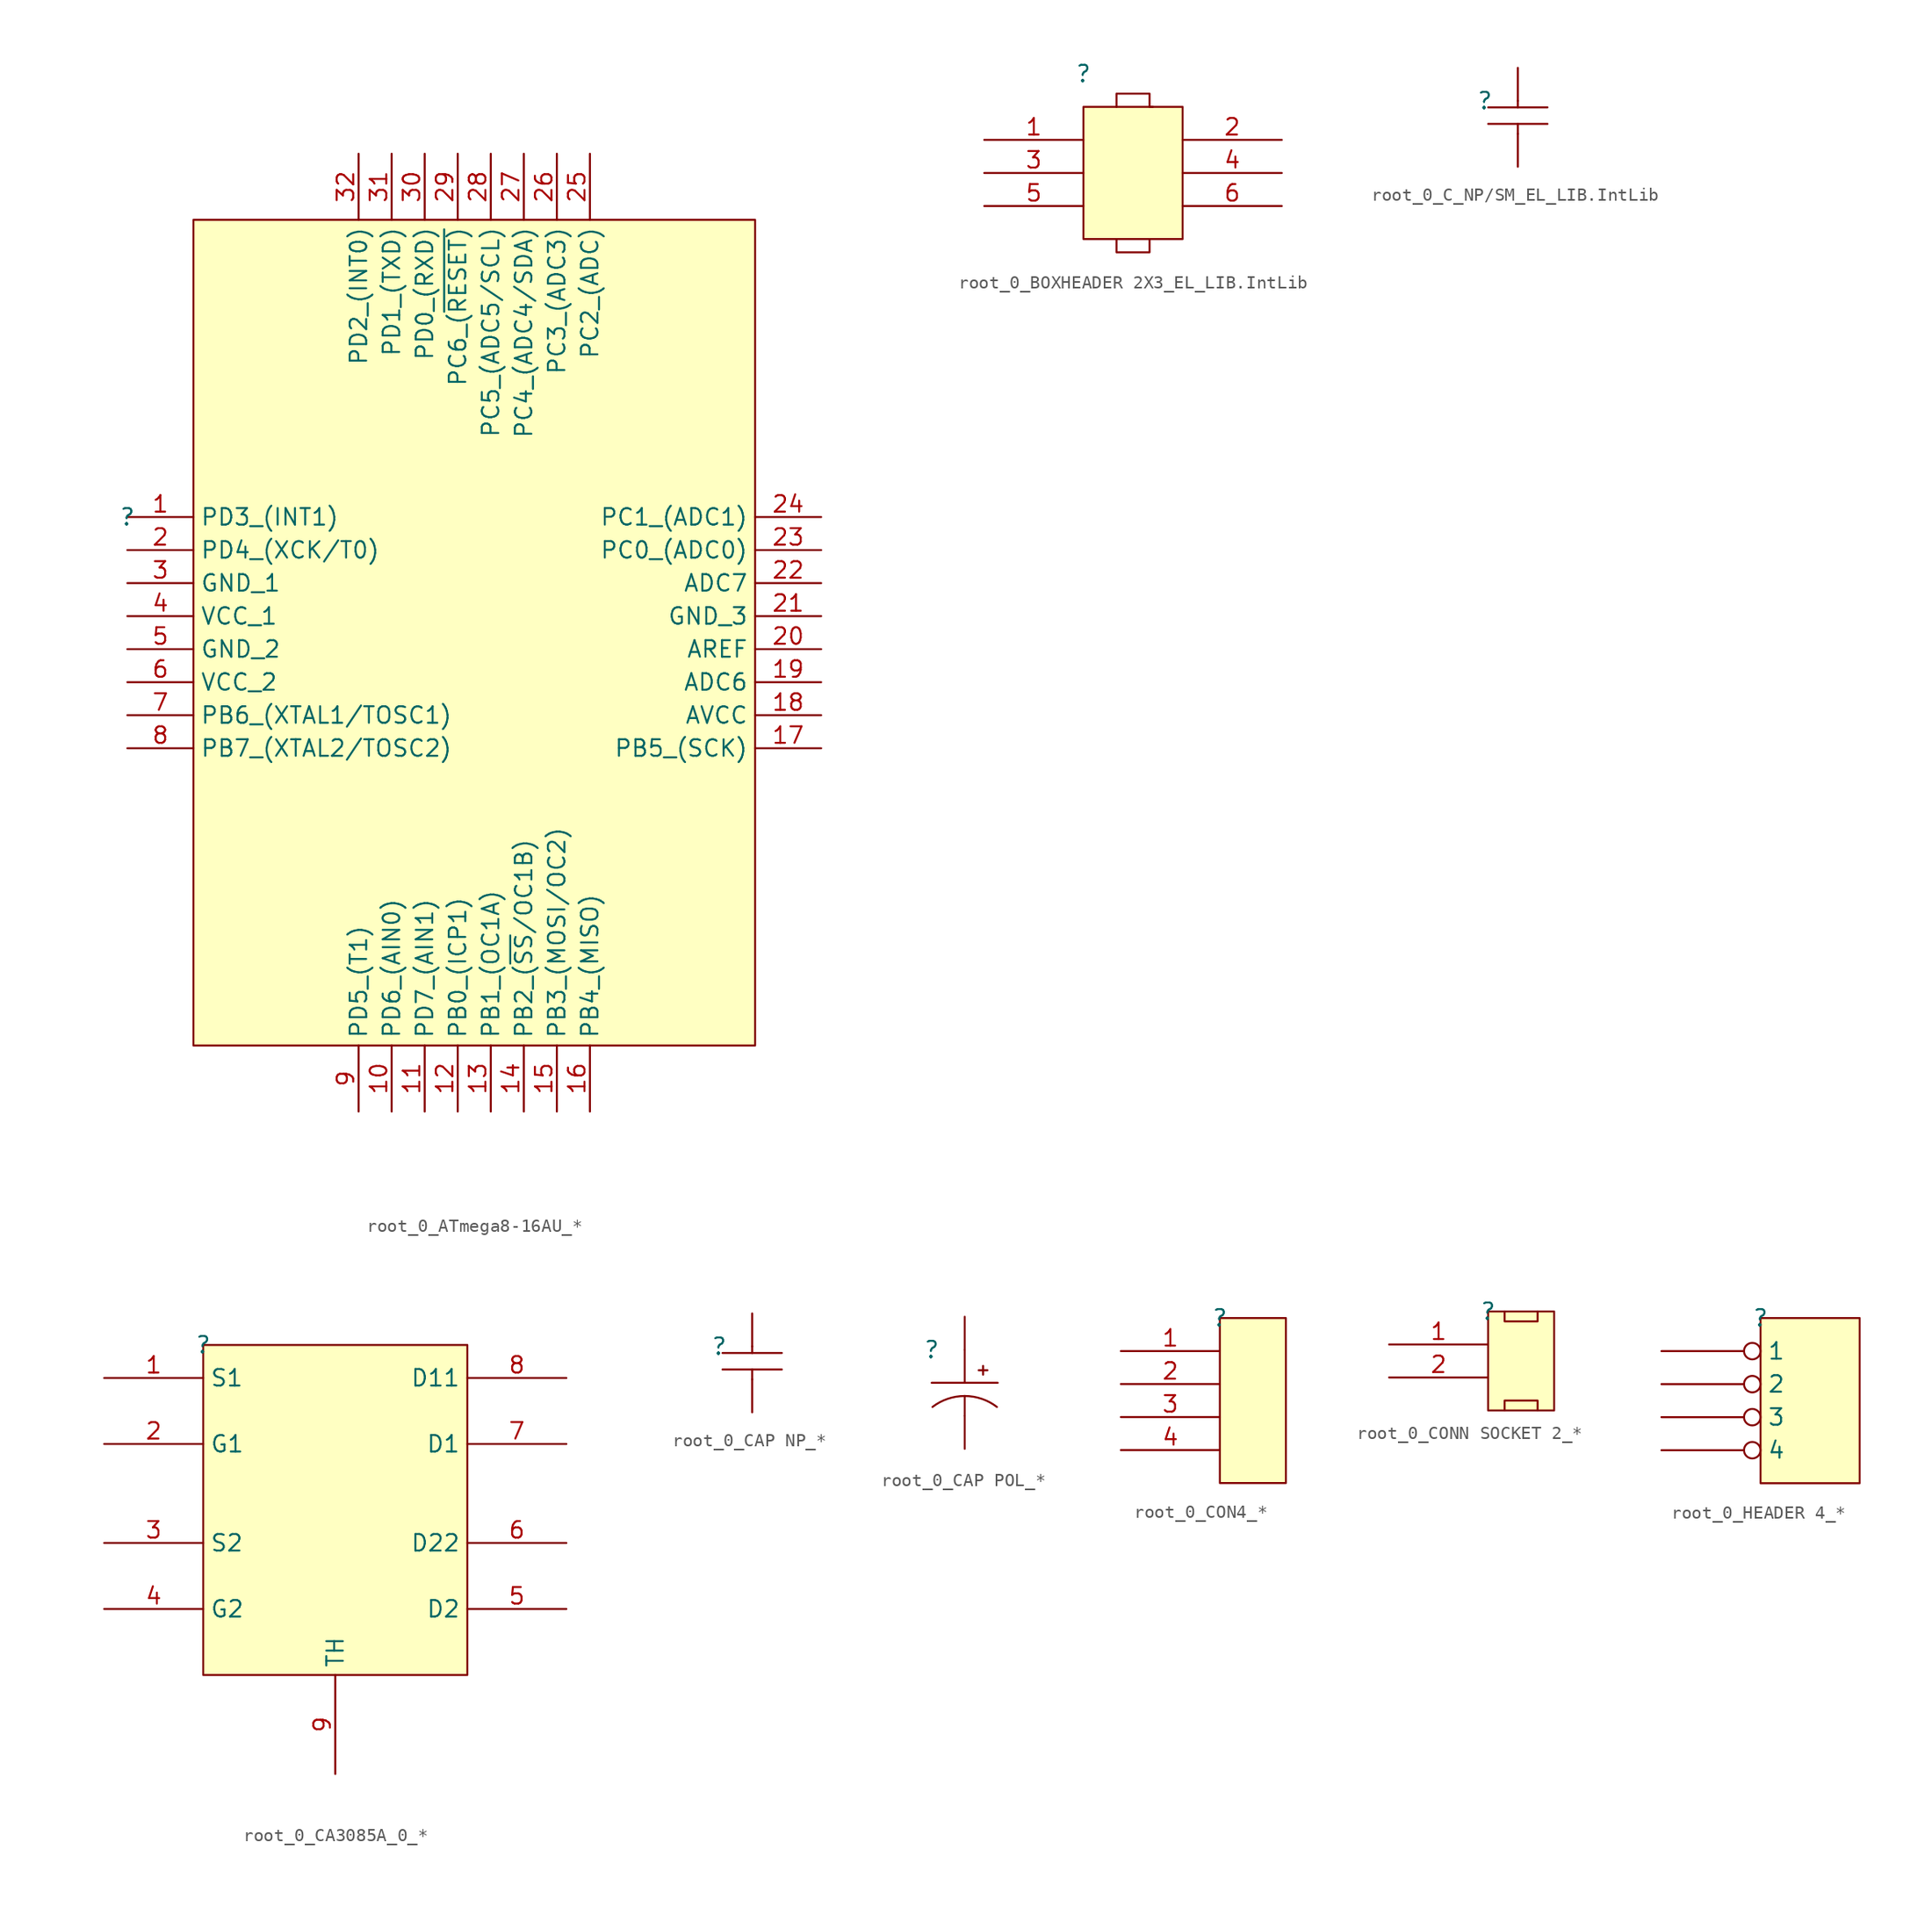
<source format=kicad_sym>
(kicad_symbol_lib
  (version 20241209)
  (generator "kicad_symbol_editor")
  (generator_version "9.0")
  (symbol "root_0_ATmega8-16AU_*"
    (property "Reference" ""
      (at 0 0 0)
      (effects (font (size 1.27 1.27))))
    (property "Value" ""
      (at 0 0 0)
      (effects (font (size 1.27 1.27))))
    (symbol "root_0_ATmega8-16AU_*_1_0"
      (rectangle (start 48.26 22.86) (end 5.08 -40.64) (stroke (width 0) (type solid) (color 128 0 0 1)) (fill (type background)))
      (pin passive line (at 0 0 0) (length 5.08) (name "PD3_(INT1)" (effects (font (size 1.27 1.27)))) (number "1" (effects (font (size 1.27 1.27)))))
      (pin passive line (at 0 -2.54 0) (length 5.08) (name "PD4_(XCK/T0)" (effects (font (size 1.27 1.27)))) (number "2" (effects (font (size 1.27 1.27)))))
      (pin passive line (at 0 -5.08 0) (length 5.08) (name "GND_1" (effects (font (size 1.27 1.27)))) (number "3" (effects (font (size 1.27 1.27)))))
      (pin passive line (at 0 -7.62 0) (length 5.08) (name "VCC_1" (effects (font (size 1.27 1.27)))) (number "4" (effects (font (size 1.27 1.27)))))
      (pin passive line (at 0 -10.16 0) (length 5.08) (name "GND_2" (effects (font (size 1.27 1.27)))) (number "5" (effects (font (size 1.27 1.27)))))
      (pin passive line (at 0 -12.7 0) (length 5.08) (name "VCC_2" (effects (font (size 1.27 1.27)))) (number "6" (effects (font (size 1.27 1.27)))))
      (pin passive line (at 0 -15.24 0) (length 5.08) (name "PB6_(XTAL1/TOSC1)" (effects (font (size 1.27 1.27)))) (number "7" (effects (font (size 1.27 1.27)))))
      (pin passive line (at 0 -17.78 0) (length 5.08) (name "PB7_(XTAL2/TOSC2)" (effects (font (size 1.27 1.27)))) (number "8" (effects (font (size 1.27 1.27)))))
      (pin passive line (at 17.78 27.94 270) (length 5.08) (name "PD2_(INT0)" (effects (font (size 1.27 1.27)))) (number "32" (effects (font (size 1.27 1.27)))))
      (pin passive line (at 17.78 -45.72 90) (length 5.08) (name "PD5_(T1)" (effects (font (size 1.27 1.27)))) (number "9" (effects (font (size 1.27 1.27)))))
      (pin passive line (at 20.32 27.94 270) (length 5.08) (name "PD1_(TXD)" (effects (font (size 1.27 1.27)))) (number "31" (effects (font (size 1.27 1.27)))))
      (pin passive line (at 20.32 -45.72 90) (length 5.08) (name "PD6_(AIN0)" (effects (font (size 1.27 1.27)))) (number "10" (effects (font (size 1.27 1.27)))))
      (pin passive line (at 22.86 27.94 270) (length 5.08) (name "PD0_(RXD)" (effects (font (size 1.27 1.27)))) (number "30" (effects (font (size 1.27 1.27)))))
      (pin passive line (at 22.86 -45.72 90) (length 5.08) (name "PD7_(AIN1)" (effects (font (size 1.27 1.27)))) (number "11" (effects (font (size 1.27 1.27)))))
      (pin passive line (at 25.4 27.94 270) (length 5.08) (name "PC6_(~{RESET)}" (effects (font (size 1.27 1.27)))) (number "29" (effects (font (size 1.27 1.27)))))
      (pin passive line (at 25.4 -45.72 90) (length 5.08) (name "PB0_(ICP1)" (effects (font (size 1.27 1.27)))) (number "12" (effects (font (size 1.27 1.27)))))
      (pin passive line (at 27.94 27.94 270) (length 5.08) (name "PC5_(ADC5/SCL)" (effects (font (size 1.27 1.27)))) (number "28" (effects (font (size 1.27 1.27)))))
      (pin passive line (at 27.94 -45.72 90) (length 5.08) (name "PB1_(OC1A)" (effects (font (size 1.27 1.27)))) (number "13" (effects (font (size 1.27 1.27)))))
      (pin passive line (at 30.48 27.94 270) (length 5.08) (name "PC4_(ADC4/SDA)" (effects (font (size 1.27 1.27)))) (number "27" (effects (font (size 1.27 1.27)))))
      (pin passive line (at 30.48 -45.72 90) (length 5.08) (name "PB2_(~{SS}/OC1B)" (effects (font (size 1.27 1.27)))) (number "14" (effects (font (size 1.27 1.27)))))
      (pin passive line (at 33.02 27.94 270) (length 5.08) (name "PC3_(ADC3)" (effects (font (size 1.27 1.27)))) (number "26" (effects (font (size 1.27 1.27)))))
      (pin passive line (at 33.02 -45.72 90) (length 5.08) (name "PB3_(MOSI/OC2)" (effects (font (size 1.27 1.27)))) (number "15" (effects (font (size 1.27 1.27)))))
      (pin passive line (at 35.56 27.94 270) (length 5.08) (name "PC2_(ADC)" (effects (font (size 1.27 1.27)))) (number "25" (effects (font (size 1.27 1.27)))))
      (pin passive line (at 35.56 -45.72 90) (length 5.08) (name "PB4_(MISO)" (effects (font (size 1.27 1.27)))) (number "16" (effects (font (size 1.27 1.27)))))
      (pin passive line (at 53.34 0 180) (length 5.08) (name "PC1_(ADC1)" (effects (font (size 1.27 1.27)))) (number "24" (effects (font (size 1.27 1.27)))))
      (pin passive line (at 53.34 -2.54 180) (length 5.08) (name "PC0_(ADC0)" (effects (font (size 1.27 1.27)))) (number "23" (effects (font (size 1.27 1.27)))))
      (pin passive line (at 53.34 -5.08 180) (length 5.08) (name "ADC7" (effects (font (size 1.27 1.27)))) (number "22" (effects (font (size 1.27 1.27)))))
      (pin passive line (at 53.34 -7.62 180) (length 5.08) (name "GND_3" (effects (font (size 1.27 1.27)))) (number "21" (effects (font (size 1.27 1.27)))))
      (pin passive line (at 53.34 -10.16 180) (length 5.08) (name "AREF" (effects (font (size 1.27 1.27)))) (number "20" (effects (font (size 1.27 1.27)))))
      (pin passive line (at 53.34 -12.7 180) (length 5.08) (name "ADC6" (effects (font (size 1.27 1.27)))) (number "19" (effects (font (size 1.27 1.27)))))
      (pin passive line (at 53.34 -15.24 180) (length 5.08) (name "AVCC" (effects (font (size 1.27 1.27)))) (number "18" (effects (font (size 1.27 1.27)))))
      (pin passive line (at 53.34 -17.78 180) (length 5.08) (name "PB5_(SCK)" (effects (font (size 1.27 1.27)))) (number "17" (effects (font (size 1.27 1.27)))))))
  (symbol "root_0_BOXHEADER 2X3_EL_LIB.IntLib"
    (pin_names
      (hide yes))
    (property "Reference" ""
      (at 0 0 0)
      (effects (font (size 1.27 1.27))))
    (property "Value" ""
      (at 0 0 0)
      (effects (font (size 1.27 1.27))))
    (symbol "root_0_BOXHEADER 2X3_EL_LIB.IntLib_1_0"
      (polyline (pts (xy 2.54 -12.7) (xy 2.54 -12.7) (xy 2.54 -13.716) (xy 5.08 -13.716) (xy 5.08 -12.7)) (stroke (width 0) (type solid)) (fill (type none)))
      (polyline (pts (xy 5.334 -2.54) (xy 5.08 -2.54) (xy 5.08 -1.524) (xy 2.54 -1.524) (xy 2.54 -2.54)) (stroke (width 0) (type solid)) (fill (type none)))
      (rectangle (start 7.62 -2.54) (end 0 -12.7) (stroke (width 0) (type solid) (color 128 0 0 1)) (fill (type background)))
      (pin passive line (at -7.62 -5.08 0) (length 7.62) (name "1" (effects (font (size 1.27 1.27)))) (number "1" (effects (font (size 1.27 1.27)))))
      (pin passive line (at -7.62 -7.62 0) (length 7.62) (name "3" (effects (font (size 1.27 1.27)))) (number "3" (effects (font (size 1.27 1.27)))))
      (pin passive line (at -7.62 -10.16 0) (length 7.62) (name "5" (effects (font (size 1.27 1.27)))) (number "5" (effects (font (size 1.27 1.27)))))
      (pin passive line (at 15.24 -5.08 180) (length 7.62) (name "2" (effects (font (size 1.27 1.27)))) (number "2" (effects (font (size 1.27 1.27)))))
      (pin passive line (at 15.24 -7.62 180) (length 7.62) (name "4" (effects (font (size 1.27 1.27)))) (number "4" (effects (font (size 1.27 1.27)))))
      (pin passive line (at 15.24 -10.16 180) (length 7.62) (name "6" (effects (font (size 1.27 1.27)))) (number "6" (effects (font (size 1.27 1.27)))))))
  (symbol "root_0_C_NP/SM_EL_LIB.IntLib"
    (pin_numbers
      (hide yes))
    (pin_names
      (hide yes))
    (property "Reference" ""
      (at 0 0 0)
      (effects (font (size 1.27 1.27))))
    (property "Value" ""
      (at 0 0 0)
      (effects (font (size 1.27 1.27))))
    (symbol "root_0_C_NP/SM_EL_LIB.IntLib_1_0"
      (polyline (pts (xy 0.254 -0.508) (xy 4.826 -0.508)) (stroke (width 0) (type solid)) (fill (type none)))
      (polyline (pts (xy 0.254 -1.778) (xy 4.826 -1.778)) (stroke (width 0) (type solid)) (fill (type none)))
      (polyline (pts (xy 2.54 0) (xy 2.54 -0.508)) (stroke (width 0) (type solid)) (fill (type none)))
      (polyline (pts (xy 2.54 -2.54) (xy 2.54 -1.778)) (stroke (width 0) (type solid)) (fill (type none)))
      (pin passive line (at 2.54 2.54 270) (length 2.54) (name "1" (effects (font (size 1.27 1.27)))) (number "1" (effects (font (size 1.27 1.27)))))
      (pin passive line (at 2.54 -5.08 90) (length 2.54) (name "2" (effects (font (size 1.27 1.27)))) (number "2" (effects (font (size 1.27 1.27)))))))
  (symbol "root_0_CA3085A_0_*"
    (property "Reference" ""
      (at 0 0 0)
      (effects (font (size 1.27 1.27))))
    (property "Value" ""
      (at 0 0 0)
      (effects (font (size 1.27 1.27))))
    (symbol "root_0_CA3085A_0_*_1_0"
      (rectangle (start 20.32 0) (end 0 -25.4) (stroke (width 0) (type solid) (color 128 0 0 1)) (fill (type background)))
      (pin passive line (at -7.62 -2.54 0) (length 7.62) (name "S1" (effects (font (size 1.27 1.27)))) (number "1" (effects (font (size 1.27 1.27)))))
      (pin passive line (at -7.62 -7.62 0) (length 7.62) (name "G1" (effects (font (size 1.27 1.27)))) (number "2" (effects (font (size 1.27 1.27)))))
      (pin passive line (at -7.62 -15.24 0) (length 7.62) (name "S2" (effects (font (size 1.27 1.27)))) (number "3" (effects (font (size 1.27 1.27)))))
      (pin passive line (at -7.62 -20.32 0) (length 7.62) (name "G2" (effects (font (size 1.27 1.27)))) (number "4" (effects (font (size 1.27 1.27)))))
      (pin passive line (at 10.16 -33.02 90) (length 7.62) (name "TH" (effects (font (size 1.27 1.27)))) (number "9" (effects (font (size 1.27 1.27)))))
      (pin passive line (at 27.94 -2.54 180) (length 7.62) (name "D11" (effects (font (size 1.27 1.27)))) (number "8" (effects (font (size 1.27 1.27)))))
      (pin passive line (at 27.94 -7.62 180) (length 7.62) (name "D1" (effects (font (size 1.27 1.27)))) (number "7" (effects (font (size 1.27 1.27)))))
      (pin passive line (at 27.94 -15.24 180) (length 7.62) (name "D22" (effects (font (size 1.27 1.27)))) (number "6" (effects (font (size 1.27 1.27)))))
      (pin passive line (at 27.94 -20.32 180) (length 7.62) (name "D2" (effects (font (size 1.27 1.27)))) (number "5" (effects (font (size 1.27 1.27)))))))
  (symbol "root_0_CAP NP_*"
    (pin_numbers
      (hide yes))
    (pin_names
      (hide yes))
    (property "Reference" ""
      (at 0 0 0)
      (effects (font (size 1.27 1.27))))
    (property "Value" ""
      (at 0 0 0)
      (effects (font (size 1.27 1.27))))
    (symbol "root_0_CAP NP_*_1_0"
      (polyline (pts (xy 0.254 -0.508) (xy 4.826 -0.508)) (stroke (width 0) (type solid)) (fill (type none)))
      (polyline (pts (xy 0.254 -1.778) (xy 4.826 -1.778)) (stroke (width 0) (type solid)) (fill (type none)))
      (polyline (pts (xy 2.54 0) (xy 2.54 -0.508)) (stroke (width 0) (type solid)) (fill (type none)))
      (polyline (pts (xy 2.54 -2.54) (xy 2.54 -1.778)) (stroke (width 0) (type solid)) (fill (type none)))
      (pin passive line (at 2.54 2.54 270) (length 2.54) (name "1" (effects (font (size 1.27 1.27)))) (number "1" (effects (font (size 1.27 1.27)))))
      (pin passive line (at 2.54 -5.08 90) (length 2.54) (name "2" (effects (font (size 1.27 1.27)))) (number "2" (effects (font (size 1.27 1.27)))))))
  (symbol "root_0_CAP POL_*"
    (pin_numbers
      (hide yes))
    (pin_names
      (hide yes))
    (property "Reference" ""
      (at 0 0 0)
      (effects (font (size 1.27 1.27))))
    (property "Value" ""
      (at 0 0 0)
      (effects (font (size 1.27 1.27))))
    (symbol "root_0_CAP POL_*_1_0"
      (polyline (pts (xy 0 -2.54) (xy 5.08 -2.54)) (stroke (width 0) (type solid)) (fill (type none)))
      (polyline (pts (xy 2.54 0) (xy 2.54 -2.54)) (stroke (width 0) (type solid)) (fill (type none)))
      (polyline (pts (xy 2.54 -3.556) (xy 2.54 -5.08)) (stroke (width 0) (type solid)) (fill (type none)))
      (arc (start 0.0621 -4.3988) (mid 1.2313 -3.7725) (end 2.54 -3.556) (stroke (width 0) (type solid)) (fill (type none)))
      (arc (start 2.54 -3.556) (mid 3.8487 -3.7725) (end 5.0179 -4.3988) (stroke (width 0) (type solid)) (fill (type none)))
      (text "+" (at 3.302 -2.032 0) (effects (font (size 0.889 0.889)) (justify left bottom)))
      (pin passive line (at 2.54 2.54 270) (length 2.54) (name "1" (effects (font (size 1.27 1.27)))) (number "1" (effects (font (size 1.27 1.27)))))
      (pin passive line (at 2.54 -7.62 90) (length 2.54) (name "2" (effects (font (size 1.27 1.27)))) (number "2" (effects (font (size 1.27 1.27)))))))
  (symbol "root_0_CON4_*"
    (pin_names
      (hide yes))
    (property "Reference" ""
      (at 0 0 0)
      (effects (font (size 1.27 1.27))))
    (property "Value" ""
      (at 0 0 0)
      (effects (font (size 1.27 1.27))))
    (symbol "root_0_CON4_*_1_0"
      (rectangle (start 5.08 0) (end 0 -12.7) (stroke (width 0) (type solid) (color 128 0 0 1)) (fill (type background)))
      (pin passive line (at -7.62 -2.54 0) (length 7.62) (name "1" (effects (font (size 1.27 1.27)))) (number "1" (effects (font (size 1.27 1.27)))))
      (pin passive line (at -7.62 -5.08 0) (length 7.62) (name "2" (effects (font (size 1.27 1.27)))) (number "2" (effects (font (size 1.27 1.27)))))
      (pin passive line (at -7.62 -7.62 0) (length 7.62) (name "3" (effects (font (size 1.27 1.27)))) (number "3" (effects (font (size 1.27 1.27)))))
      (pin passive line (at -7.62 -10.16 0) (length 7.62) (name "4" (effects (font (size 1.27 1.27)))) (number "4" (effects (font (size 1.27 1.27)))))))
  (symbol "root_0_CONN SOCKET 2_*"
    (pin_names
      (hide yes))
    (property "Reference" ""
      (at 0 0 0)
      (effects (font (size 1.27 1.27))))
    (property "Value" ""
      (at 0 0 0)
      (effects (font (size 1.27 1.27))))
    (symbol "root_0_CONN SOCKET 2_*_1_0"
      (polyline (pts (xy 1.27 0) (xy 1.27 -0.254) (xy 1.27 -0.762) (xy 3.81 -0.762) (xy 3.81 0)) (stroke (width 0) (type solid)) (fill (type none)))
      (polyline (pts (xy 3.81 -7.62) (xy 3.81 -7.366) (xy 3.81 -6.858) (xy 1.27 -6.858) (xy 1.27 -7.62)) (stroke (width 0) (type solid)) (fill (type none)))
      (rectangle (start 5.08 0) (end 0 -7.62) (stroke (width 0) (type solid) (color 128 0 0 1)) (fill (type background)))
      (pin passive line (at -7.62 -2.54 0) (length 7.62) (name "1" (effects (font (size 1.27 1.27)))) (number "1" (effects (font (size 1.27 1.27)))))
      (pin passive line (at -7.62 -5.08 0) (length 7.62) (name "2" (effects (font (size 1.27 1.27)))) (number "2" (effects (font (size 1.27 1.27)))))))
  (symbol "root_0_HEADER 4_*"
    (pin_numbers
      (hide yes))
    (property "Reference" ""
      (at 0 0 0)
      (effects (font (size 1.27 1.27))))
    (property "Value" ""
      (at 0 0 0)
      (effects (font (size 1.27 1.27))))
    (symbol "root_0_HEADER 4_*_1_0"
      (rectangle (start 7.62 0) (end 0 -12.7) (stroke (width 0) (type solid) (color 128 0 0 1)) (fill (type background)))
      (pin passive inverted (at -7.62 -2.54 0) (length 7.62) (name "1" (effects (font (size 1.27 1.27)))) (number "1" (effects (font (size 1.27 1.27)))))
      (pin passive inverted (at -7.62 -5.08 0) (length 7.62) (name "2" (effects (font (size 1.27 1.27)))) (number "2" (effects (font (size 1.27 1.27)))))
      (pin passive inverted (at -7.62 -7.62 0) (length 7.62) (name "3" (effects (font (size 1.27 1.27)))) (number "3" (effects (font (size 1.27 1.27)))))
      (pin passive inverted (at -7.62 -10.16 0) (length 7.62) (name "4" (effects (font (size 1.27 1.27)))) (number "4" (effects (font (size 1.27 1.27))))))))
</source>
